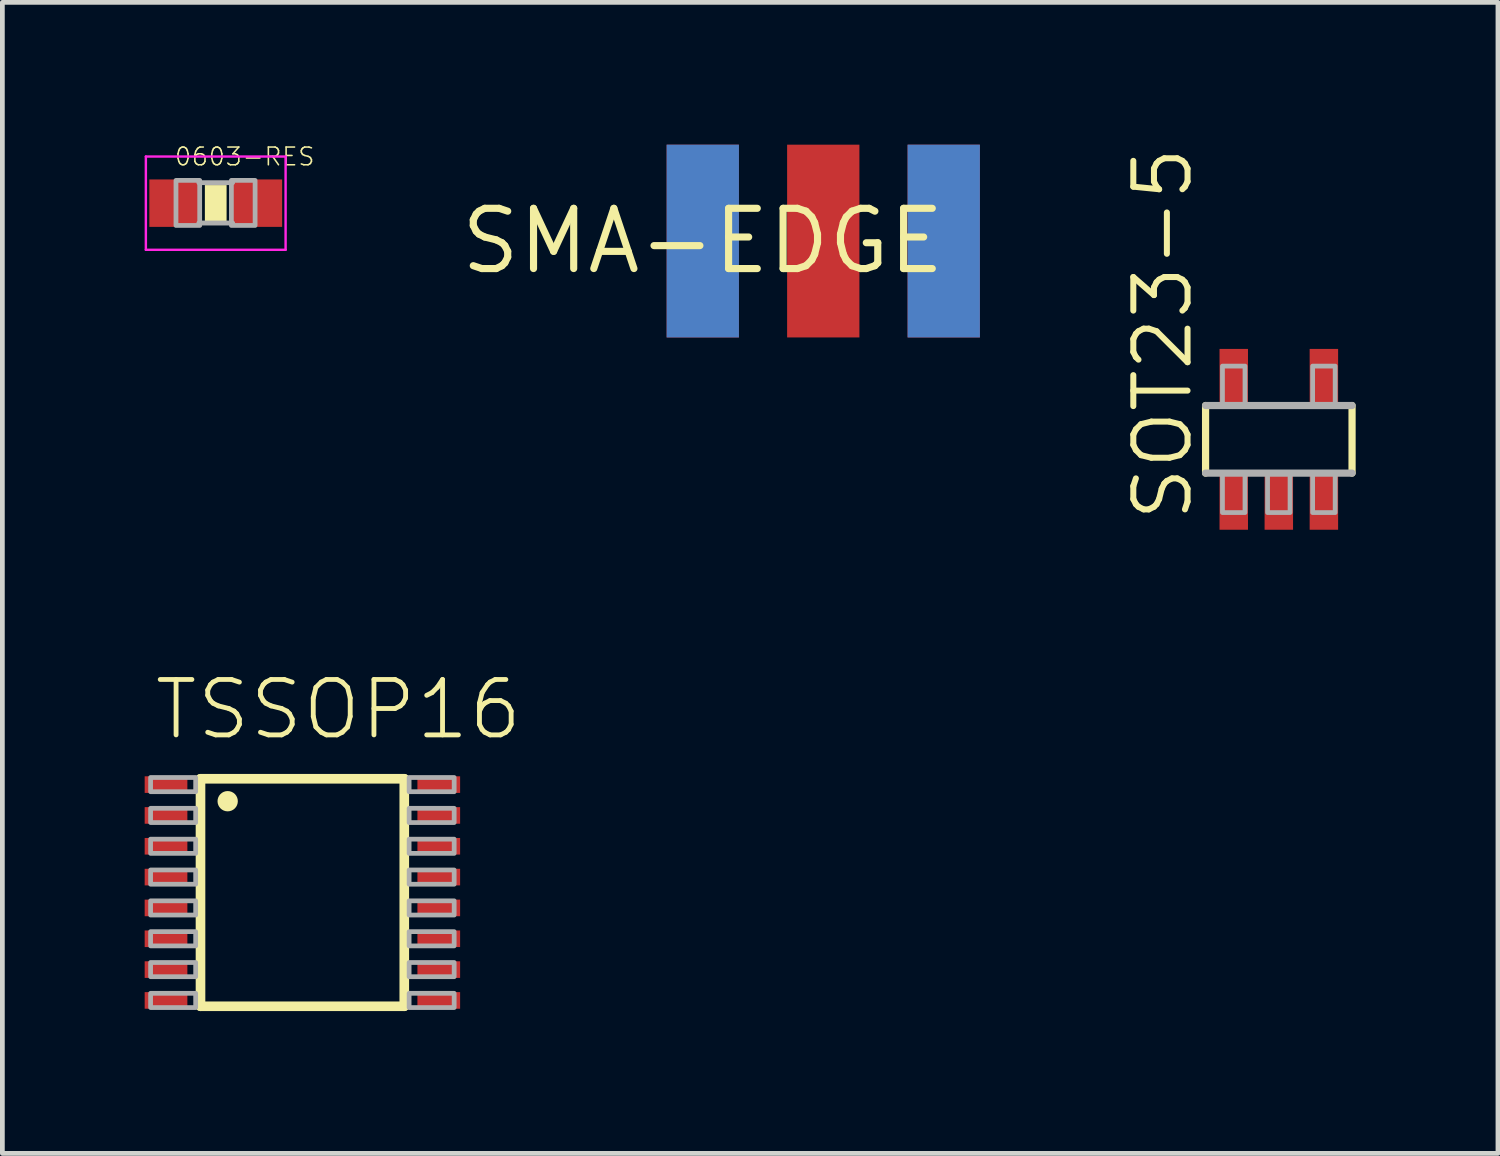
<source format=kicad_pcb>
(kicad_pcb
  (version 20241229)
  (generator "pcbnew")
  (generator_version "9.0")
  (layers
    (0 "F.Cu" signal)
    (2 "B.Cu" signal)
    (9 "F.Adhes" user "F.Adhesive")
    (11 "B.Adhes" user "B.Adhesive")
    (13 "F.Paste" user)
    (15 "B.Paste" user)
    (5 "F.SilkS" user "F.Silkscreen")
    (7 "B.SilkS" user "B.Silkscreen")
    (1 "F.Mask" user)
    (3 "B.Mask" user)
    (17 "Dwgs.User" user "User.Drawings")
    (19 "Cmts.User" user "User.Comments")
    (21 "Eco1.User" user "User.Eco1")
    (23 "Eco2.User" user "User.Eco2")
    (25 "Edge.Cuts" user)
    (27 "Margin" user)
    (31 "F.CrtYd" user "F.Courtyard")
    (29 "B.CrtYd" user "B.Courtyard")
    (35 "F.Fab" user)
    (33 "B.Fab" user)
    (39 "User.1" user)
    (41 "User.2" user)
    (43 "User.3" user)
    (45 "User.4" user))
  (footprint "SMA-EDGE"
    (layer "F.Cu")
    (at 11.766 2.032)
    (property "Reference" "SMA-EDGE" (at 0 0 0) (layer "F.SilkS") (effects (font (size 1.27 1.27) (thickness 0.15))))
    (pad "GND@0" smd rect (at 0 0) (size 1.524 4.064) (layers "F.Cu" "F.Mask"))
    (pad "GND@1" smd rect (at 5.08 0) (size 1.524 4.064) (layers "F.Cu" "F.Mask"))
    (pad "GND@2" smd rect (at 0 0) (size 1.524 4.064) (layers "B.Cu" "B.Mask" "B.Paste"))
    (pad "GND@3" smd rect (at 5.08 0) (size 1.524 4.064) (layers "B.Cu" "B.Mask" "B.Paste"))
    (pad "SIG" smd rect (at 2.54 0) (size 1.524 4.064) (layers "F.Cu" "F.Mask")))
  (footprint "0603-RES"
    (layer "F.Cu")
    (at 1.498 1.233)
    (property "Reference" "0603-RES" (at -0.889 -0.762 0) (layer "F.SilkS") (effects (font (size 0.374 0.374) (thickness 0.033)) (justify left bottom)))
    (fp_poly (pts (xy -0.229 0.381) (xy 0.229 0.381) (xy 0.229 -0.381) (xy -0.229 -0.381)) (stroke (width 0) (type solid)) (fill yes) (layer "F.SilkS"))
    (fp_poly (pts (xy -0.2 0.3) (xy 0.2 0.3) (xy 0.2 -0.3) (xy -0.2 -0.3)) (stroke (width 0) (type solid)) (fill yes) (layer "F.Adhes"))
    (fp_line (start -1.473 -0.983) (end 1.473 -0.983) (stroke (width 0.051) (type solid)) (layer "F.CrtYd"))
    (fp_line (start -1.473 0.983) (end -1.473 -0.983) (stroke (width 0.051) (type solid)) (layer "F.CrtYd"))
    (fp_line (start 1.473 -0.983) (end 1.473 0.983) (stroke (width 0.051) (type solid)) (layer "F.CrtYd"))
    (fp_line (start 1.473 0.983) (end -1.473 0.983) (stroke (width 0.051) (type solid)) (layer "F.CrtYd"))
    (fp_line (start -0.356 -0.432) (end 0.356 -0.432) (stroke (width 0.102) (type solid)) (layer "F.Fab"))
    (fp_line (start -0.356 0.419) (end 0.356 0.419) (stroke (width 0.102) (type solid)) (layer "F.Fab"))
    (fp_poly (pts (xy -0.838 0.47) (xy -0.338 0.47) (xy -0.338 -0.48) (xy -0.838 -0.48)) (stroke (width 0.1) (type solid)) (fill no) (layer "F.Fab"))
    (fp_poly (pts (xy 0.33 0.47) (xy 0.83 0.47) (xy 0.83 -0.48) (xy 0.33 -0.48)) (stroke (width 0.1) (type solid)) (fill no) (layer "F.Fab"))
    (pad "1" smd rect (at -0.85 0) (size 1.1 1) (layers "F.Cu" "F.Mask" "F.Paste"))
    (pad "2" smd rect (at 0.85 0) (size 1.1 1) (layers "F.Cu" "F.Mask" "F.Paste")))
  (footprint "TSSOP16"
    (layer "F.Cu")
    (at 3.325 15.766)
    (property "Reference" "TSSOP16" (at -3.175 -3.175 0) (layer "F.SilkS") (effects (font (size 1.168 1.168) (thickness 0.102)) (justify left bottom)))
    (fp_line (start -2.148 -2.398) (end -2.148 2.398) (stroke (width 0.203) (type solid)) (layer "F.SilkS"))
    (fp_line (start -2.148 2.398) (end 2.148 2.398) (stroke (width 0.203) (type solid)) (layer "F.SilkS"))
    (fp_line (start 2.148 -2.398) (end -2.148 -2.398) (stroke (width 0.203) (type solid)) (layer "F.SilkS"))
    (fp_line (start 2.148 2.398) (end 2.148 -2.398) (stroke (width 0.203) (type solid)) (layer "F.SilkS"))
    (fp_circle (center -1.575 -1.925) (end -1.468 -1.925) (stroke (width 0.214) (type solid)) (fill yes) (layer "F.SilkS"))
    (fp_poly (pts (xy -3.2 -2.125) (xy -2.25 -2.125) (xy -2.25 -2.425) (xy -3.2 -2.425)) (stroke (width 0.1) (type solid)) (fill no) (layer "F.Fab"))
    (fp_poly (pts (xy -3.2 -1.475) (xy -2.25 -1.475) (xy -2.25 -1.775) (xy -3.2 -1.775)) (stroke (width 0.1) (type solid)) (fill no) (layer "F.Fab"))
    (fp_poly (pts (xy -3.2 -0.825) (xy -2.25 -0.825) (xy -2.25 -1.125) (xy -3.2 -1.125)) (stroke (width 0.1) (type solid)) (fill no) (layer "F.Fab"))
    (fp_poly (pts (xy -3.2 -0.175) (xy -2.25 -0.175) (xy -2.25 -0.475) (xy -3.2 -0.475)) (stroke (width 0.1) (type solid)) (fill no) (layer "F.Fab"))
    (fp_poly (pts (xy -3.2 0.475) (xy -2.25 0.475) (xy -2.25 0.175) (xy -3.2 0.175)) (stroke (width 0.1) (type solid)) (fill no) (layer "F.Fab"))
    (fp_poly (pts (xy -3.2 1.125) (xy -2.25 1.125) (xy -2.25 0.825) (xy -3.2 0.825)) (stroke (width 0.1) (type solid)) (fill no) (layer "F.Fab"))
    (fp_poly (pts (xy -3.2 1.775) (xy -2.25 1.775) (xy -2.25 1.475) (xy -3.2 1.475)) (stroke (width 0.1) (type solid)) (fill no) (layer "F.Fab"))
    (fp_poly (pts (xy -3.2 2.425) (xy -2.25 2.425) (xy -2.25 2.125) (xy -3.2 2.125)) (stroke (width 0.1) (type solid)) (fill no) (layer "F.Fab"))
    (fp_poly (pts (xy 3.2 -2.425) (xy 2.25 -2.425) (xy 2.25 -2.125) (xy 3.2 -2.125)) (stroke (width 0.1) (type solid)) (fill no) (layer "F.Fab"))
    (fp_poly (pts (xy 3.2 -1.775) (xy 2.25 -1.775) (xy 2.25 -1.475) (xy 3.2 -1.475)) (stroke (width 0.1) (type solid)) (fill no) (layer "F.Fab"))
    (fp_poly (pts (xy 3.2 -1.125) (xy 2.25 -1.125) (xy 2.25 -0.825) (xy 3.2 -0.825)) (stroke (width 0.1) (type solid)) (fill no) (layer "F.Fab"))
    (fp_poly (pts (xy 3.2 -0.475) (xy 2.25 -0.475) (xy 2.25 -0.175) (xy 3.2 -0.175)) (stroke (width 0.1) (type solid)) (fill no) (layer "F.Fab"))
    (fp_poly (pts (xy 3.2 0.175) (xy 2.25 0.175) (xy 2.25 0.475) (xy 3.2 0.475)) (stroke (width 0.1) (type solid)) (fill no) (layer "F.Fab"))
    (fp_poly (pts (xy 3.2 0.825) (xy 2.25 0.825) (xy 2.25 1.125) (xy 3.2 1.125)) (stroke (width 0.1) (type solid)) (fill no) (layer "F.Fab"))
    (fp_poly (pts (xy 3.2 1.475) (xy 2.25 1.475) (xy 2.25 1.775) (xy 3.2 1.775)) (stroke (width 0.1) (type solid)) (fill no) (layer "F.Fab"))
    (fp_poly (pts (xy 3.2 2.125) (xy 2.25 2.125) (xy 2.25 2.425) (xy 3.2 2.425)) (stroke (width 0.1) (type solid)) (fill no) (layer "F.Fab"))
    (pad "1" smd rect (at -2.875 -2.275) (size 0.9 0.35) (layers "F.Cu" "F.Mask" "F.Paste"))
    (pad "2" smd rect (at -2.875 -1.625) (size 0.9 0.35) (layers "F.Cu" "F.Mask" "F.Paste"))
    (pad "3" smd rect (at -2.875 -0.975) (size 0.9 0.35) (layers "F.Cu" "F.Mask" "F.Paste"))
    (pad "4" smd rect (at -2.875 -0.325) (size 0.9 0.35) (layers "F.Cu" "F.Mask" "F.Paste"))
    (pad "5" smd rect (at -2.875 0.325) (size 0.9 0.35) (layers "F.Cu" "F.Mask" "F.Paste"))
    (pad "6" smd rect (at -2.875 0.975) (size 0.9 0.35) (layers "F.Cu" "F.Mask" "F.Paste"))
    (pad "7" smd rect (at -2.875 1.625) (size 0.9 0.35) (layers "F.Cu" "F.Mask" "F.Paste"))
    (pad "8" smd rect (at -2.875 2.275) (size 0.9 0.35) (layers "F.Cu" "F.Mask" "F.Paste"))
    (pad "9" smd rect (at 2.875 2.275 180) (size 0.9 0.35) (layers "F.Cu" "F.Mask" "F.Paste"))
    (pad "10" smd rect (at 2.875 1.625 180) (size 0.9 0.35) (layers "F.Cu" "F.Mask" "F.Paste"))
    (pad "11" smd rect (at 2.875 0.975 180) (size 0.9 0.35) (layers "F.Cu" "F.Mask" "F.Paste"))
    (pad "12" smd rect (at 2.875 0.325 180) (size 0.9 0.35) (layers "F.Cu" "F.Mask" "F.Paste"))
    (pad "13" smd rect (at 2.875 -0.325 180) (size 0.9 0.35) (layers "F.Cu" "F.Mask" "F.Paste"))
    (pad "14" smd rect (at 2.875 -0.975 180) (size 0.9 0.35) (layers "F.Cu" "F.Mask" "F.Paste"))
    (pad "15" smd rect (at 2.875 -1.625 180) (size 0.9 0.35) (layers "F.Cu" "F.Mask" "F.Paste"))
    (pad "16" smd rect (at 2.875 -2.275 180) (size 0.9 0.35) (layers "F.Cu" "F.Mask" "F.Paste")))
  (footprint "SOT23-5"
    (layer "F.Cu")
    (at 23.91 6.212)
    (property "Reference" "SOT23-5" (at -1.778 1.778 90) (layer "F.SilkS") (effects (font (size 1.143 1.143) (thickness 0.127)) (justify left bottom)))
    (fp_line (start -1.544 0.712) (end -1.544 -0.713) (stroke (width 0.152) (type solid)) (layer "F.SilkS"))
    (fp_line (start 1.544 -0.713) (end 1.544 0.712) (stroke (width 0.152) (type solid)) (layer "F.SilkS"))
    (fp_line (start -1.544 -0.713) (end 1.544 -0.713) (stroke (width 0.152) (type solid)) (layer "F.Fab"))
    (fp_line (start 1.544 0.712) (end -1.544 0.712) (stroke (width 0.152) (type solid)) (layer "F.Fab"))
    (fp_poly (pts (xy -1.188 -0.713) (xy -0.713 -0.713) (xy -0.713 -1.544) (xy -1.188 -1.544)) (stroke (width 0.1) (type solid)) (fill no) (layer "F.Fab"))
    (fp_poly (pts (xy -1.188 1.544) (xy -0.713 1.544) (xy -0.713 0.712) (xy -1.188 0.712)) (stroke (width 0.1) (type solid)) (fill no) (layer "F.Fab"))
    (fp_poly (pts (xy -0.237 1.544) (xy 0.237 1.544) (xy 0.237 0.712) (xy -0.237 0.712)) (stroke (width 0.1) (type solid)) (fill no) (layer "F.Fab"))
    (fp_poly (pts (xy 0.713 -0.713) (xy 1.188 -0.713) (xy 1.188 -1.544) (xy 0.713 -1.544)) (stroke (width 0.1) (type solid)) (fill no) (layer "F.Fab"))
    (fp_poly (pts (xy 0.713 1.544) (xy 1.188 1.544) (xy 1.188 0.712) (xy 0.713 0.712)) (stroke (width 0.1) (type solid)) (fill no) (layer "F.Fab"))
    (pad "1" smd rect (at -0.95 1.306) (size 0.6 1.2) (layers "F.Cu" "F.Mask" "F.Paste"))
    (pad "2" smd rect (at 0 1.306) (size 0.6 1.2) (layers "F.Cu" "F.Mask" "F.Paste"))
    (pad "3" smd rect (at 0.95 1.306) (size 0.6 1.2) (layers "F.Cu" "F.Mask" "F.Paste"))
    (pad "4" smd rect (at 0.95 -1.306) (size 0.6 1.2) (layers "F.Cu" "F.Mask" "F.Paste"))
    (pad "5" smd rect (at -0.95 -1.306) (size 0.6 1.2) (layers "F.Cu" "F.Mask" "F.Paste")))
  (gr_rect
    (start -3 -3)
    (end 28.53 21.266)
    (stroke (width 0.1) (type default))
    (fill no)
    (layer "Edge.Cuts")))
</source>
